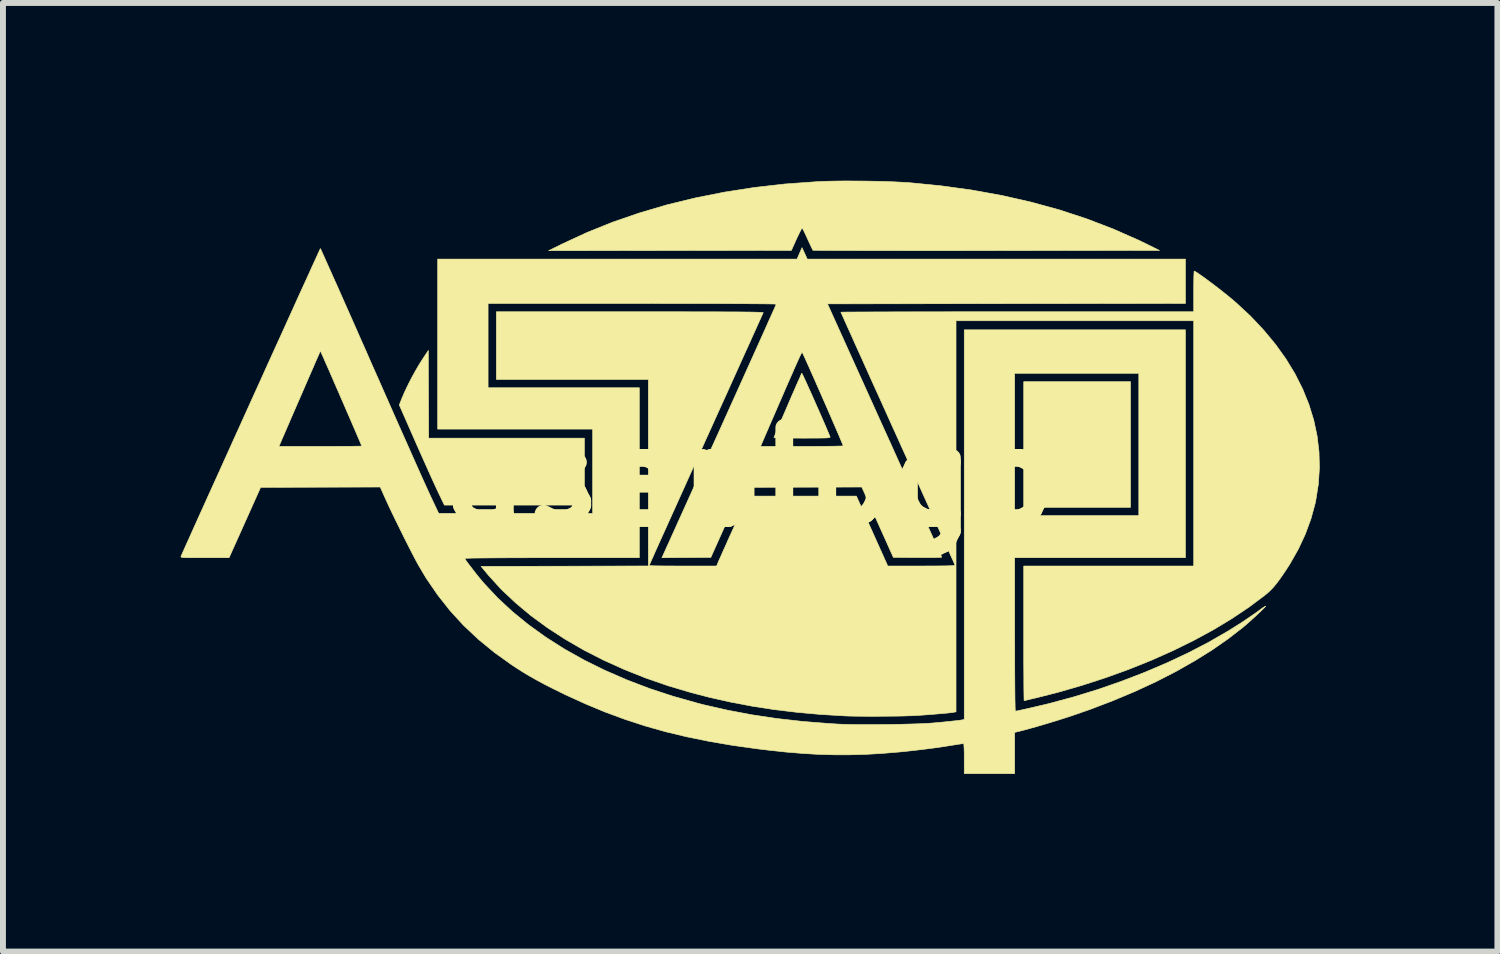
<source format=kicad_pcb>
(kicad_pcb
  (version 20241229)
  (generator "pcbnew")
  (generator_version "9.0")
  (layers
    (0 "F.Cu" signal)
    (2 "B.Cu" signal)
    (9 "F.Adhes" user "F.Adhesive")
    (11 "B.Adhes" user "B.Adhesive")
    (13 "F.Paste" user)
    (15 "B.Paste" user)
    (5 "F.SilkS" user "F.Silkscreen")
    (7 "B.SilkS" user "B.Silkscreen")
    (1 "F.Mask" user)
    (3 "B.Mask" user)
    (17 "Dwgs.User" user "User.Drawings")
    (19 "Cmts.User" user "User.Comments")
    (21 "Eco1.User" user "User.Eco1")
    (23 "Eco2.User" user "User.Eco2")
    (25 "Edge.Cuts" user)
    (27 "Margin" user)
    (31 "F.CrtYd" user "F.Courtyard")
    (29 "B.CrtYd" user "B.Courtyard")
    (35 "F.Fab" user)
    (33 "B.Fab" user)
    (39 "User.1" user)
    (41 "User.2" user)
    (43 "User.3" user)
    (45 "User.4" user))
  (footprint "asaplogo"
    (layer "F.Cu")
    (at 9.61 5.007)
    (property "Reference" "asaplogo" (at 0 0 0) (layer "F.SilkS") (effects (font (size 1.524 1.524) (thickness 0.3))))
    (attr through_hole)
    (fp_poly (pts (xy 6.426 0.508) (xy 4.623 0.508) (xy 4.623 -1.613) (xy 6.426 -1.613) (xy 6.426 0.508)) (stroke (width 0.01) (type solid)) (fill yes) (layer "F.SilkS"))
    (fp_poly (pts (xy -5.423 -0.66) (xy -2.794 -0.66) (xy -2.794 0.47) (xy -5.158 0.47) (xy -5.257 0.264) (xy -5.282 0.211) (xy -5.315 0.139) (xy -5.356 0.05) (xy -5.403 -0.054) (xy -5.454 -0.168) (xy -5.509 -0.29) (xy -5.565 -0.416) (xy -5.622 -0.544) (xy -5.638 -0.581) (xy -5.919 -1.22) (xy -5.873 -1.337) (xy -5.831 -1.434) (xy -5.779 -1.545) (xy -5.719 -1.663) (xy -5.655 -1.78) (xy -5.592 -1.889) (xy -5.532 -1.985) (xy -5.53 -1.988) (xy -5.429 -2.14) (xy -5.423 -0.66)) (stroke (width 0.01) (type solid)) (fill yes) (layer "F.SilkS"))
    (fp_poly (pts (xy 0.882 -1.746) (xy 0.897 -1.716) (xy 0.92 -1.668) (xy 0.949 -1.605) (xy 0.983 -1.529) (xy 1.022 -1.444) (xy 1.063 -1.352) (xy 1.105 -1.256) (xy 1.149 -1.158) (xy 1.191 -1.062) (xy 1.231 -0.97) (xy 1.268 -0.885) (xy 1.3 -0.81) (xy 1.327 -0.747) (xy 1.347 -0.698) (xy 1.354 -0.68) (xy 1.354 -0.675) (xy 1.348 -0.671) (xy 1.333 -0.668) (xy 1.308 -0.665) (xy 1.27 -0.663) (xy 1.217 -0.662) (xy 1.147 -0.661) (xy 1.056 -0.661) (xy 0.944 -0.66) (xy 0.884 -0.66) (xy 0.777 -0.661) (xy 0.678 -0.661) (xy 0.59 -0.662) (xy 0.516 -0.664) (xy 0.459 -0.665) (xy 0.422 -0.667) (xy 0.407 -0.669) (xy 0.406 -0.669) (xy 0.411 -0.683) (xy 0.425 -0.717) (xy 0.447 -0.768) (xy 0.475 -0.834) (xy 0.508 -0.912) (xy 0.546 -1) (xy 0.586 -1.093) (xy 0.628 -1.19) (xy 0.67 -1.288) (xy 0.711 -1.384) (xy 0.751 -1.474) (xy 0.787 -1.557) (xy 0.819 -1.629) (xy 0.845 -1.687) (xy 0.863 -1.73) (xy 0.874 -1.753) (xy 0.876 -1.756) (xy 0.882 -1.746)) (stroke (width 0.01) (type solid)) (fill yes) (layer "F.SilkS"))
    (fp_poly (pts (xy 1.77 -5.001) (xy 1.942 -5) (xy 2.113 -4.997) (xy 2.279 -4.993) (xy 2.435 -4.987) (xy 2.575 -4.98) (xy 2.692 -4.973) (xy 3.229 -4.92) (xy 3.751 -4.848) (xy 4.259 -4.756) (xy 4.751 -4.644) (xy 5.229 -4.513) (xy 5.691 -4.361) (xy 6.137 -4.19) (xy 6.567 -4) (xy 6.693 -3.939) (xy 6.915 -3.829) (xy 3.995 -3.826) (xy 3.724 -3.826) (xy 3.46 -3.825) (xy 3.204 -3.825) (xy 2.957 -3.825) (xy 2.72 -3.825) (xy 2.494 -3.826) (xy 2.28 -3.826) (xy 2.08 -3.826) (xy 1.895 -3.826) (xy 1.725 -3.827) (xy 1.572 -3.827) (xy 1.437 -3.828) (xy 1.321 -3.829) (xy 1.225 -3.829) (xy 1.151 -3.83) (xy 1.099 -3.831) (xy 1.07 -3.832) (xy 1.065 -3.832) (xy 1.057 -3.847) (xy 1.04 -3.88) (xy 1.018 -3.928) (xy 0.99 -3.987) (xy 0.974 -4.023) (xy 0.945 -4.086) (xy 0.92 -4.139) (xy 0.899 -4.18) (xy 0.886 -4.203) (xy 0.882 -4.208) (xy 0.874 -4.197) (xy 0.858 -4.168) (xy 0.835 -4.123) (xy 0.807 -4.065) (xy 0.786 -4.02) (xy 0.7 -3.829) (xy -3.397 -3.825) (xy -3.169 -3.938) (xy -2.752 -4.131) (xy -2.318 -4.306) (xy -1.868 -4.461) (xy -1.403 -4.598) (xy -0.924 -4.715) (xy -0.431 -4.813) (xy 0.075 -4.892) (xy 0.593 -4.951) (xy 1.123 -4.989) (xy 1.181 -4.992) (xy 1.304 -4.997) (xy 1.446 -5) (xy 1.603 -5.002) (xy 1.77 -5.001)) (stroke (width 0.01) (type solid)) (fill yes) (layer "F.SilkS"))
    (fp_poly (pts (xy 7.519 -3.472) (xy 7.554 -3.451) (xy 7.603 -3.417) (xy 7.664 -3.374) (xy 7.733 -3.323) (xy 7.808 -3.267) (xy 7.887 -3.207) (xy 7.966 -3.145) (xy 8.042 -3.085) (xy 8.114 -3.026) (xy 8.177 -2.973) (xy 8.207 -2.947) (xy 8.453 -2.719) (xy 8.675 -2.483) (xy 8.875 -2.242) (xy 9.051 -1.996) (xy 9.204 -1.744) (xy 9.333 -1.488) (xy 9.438 -1.228) (xy 9.519 -0.965) (xy 9.576 -0.699) (xy 9.608 -0.43) (xy 9.615 -0.16) (xy 9.598 0.111) (xy 9.555 0.383) (xy 9.543 0.443) (xy 9.472 0.703) (xy 9.377 0.961) (xy 9.258 1.216) (xy 9.116 1.466) (xy 9.056 1.559) (xy 8.988 1.66) (xy 8.93 1.742) (xy 8.878 1.81) (xy 8.829 1.867) (xy 8.781 1.916) (xy 8.731 1.962) (xy 8.698 1.989) (xy 8.431 2.189) (xy 8.141 2.384) (xy 7.83 2.572) (xy 7.499 2.752) (xy 7.15 2.924) (xy 6.785 3.087) (xy 6.405 3.24) (xy 6.013 3.382) (xy 5.61 3.513) (xy 5.198 3.632) (xy 4.895 3.709) (xy 4.818 3.728) (xy 4.749 3.744) (xy 4.693 3.758) (xy 4.652 3.767) (xy 4.632 3.772) (xy 4.63 3.772) (xy 4.629 3.759) (xy 4.628 3.723) (xy 4.627 3.666) (xy 4.626 3.588) (xy 4.625 3.492) (xy 4.625 3.379) (xy 4.624 3.252) (xy 4.623 3.112) (xy 4.623 2.962) (xy 4.623 2.801) (xy 4.623 2.635) (xy 4.623 1.499) (xy 7.493 1.499) (xy 7.493 -2.642) (xy 3.48 -2.642) (xy 3.48 3.96) (xy 3.445 3.967) (xy 3.411 3.973) (xy 3.357 3.979) (xy 3.285 3.986) (xy 3.201 3.993) (xy 3.107 4.001) (xy 3.009 4.009) (xy 2.911 4.016) (xy 2.816 4.022) (xy 2.75 4.026) (xy 2.679 4.028) (xy 2.589 4.031) (xy 2.483 4.033) (xy 2.366 4.034) (xy 2.242 4.035) (xy 2.116 4.036) (xy 1.993 4.036) (xy 1.877 4.035) (xy 1.773 4.034) (xy 1.685 4.032) (xy 1.619 4.03) (xy 1.199 4.005) (xy 0.798 3.969) (xy 0.414 3.923) (xy 0.042 3.866) (xy -0.322 3.797) (xy -0.682 3.716) (xy -0.988 3.637) (xy -1.379 3.521) (xy -1.758 3.39) (xy -2.122 3.245) (xy -2.472 3.087) (xy -2.805 2.917) (xy -3.121 2.734) (xy -3.419 2.54) (xy -3.698 2.336) (xy -3.955 2.121) (xy -4.192 1.898) (xy -4.405 1.665) (xy -4.438 1.626) (xy -4.538 1.505) (xy -3.126 1.502) (xy -1.714 1.498) (xy -1.714 -1.651) (xy -4.28 -1.651) (xy -4.28 -2.794) (xy -2.024 -2.794) (xy -1.734 -2.794) (xy -1.468 -2.794) (xy -1.226 -2.794) (xy -1.006 -2.793) (xy -0.808 -2.793) (xy -0.63 -2.793) (xy -0.473 -2.792) (xy -0.334 -2.791) (xy -0.213 -2.791) (xy -0.109 -2.79) (xy -0.021 -2.789) (xy 0.052 -2.788) (xy 0.111 -2.786) (xy 0.156 -2.785) (xy 0.189 -2.783) (xy 0.211 -2.782) (xy 0.223 -2.78) (xy 0.225 -2.778) (xy 0.219 -2.765) (xy 0.203 -2.73) (xy 0.178 -2.674) (xy 0.144 -2.599) (xy 0.102 -2.505) (xy 0.051 -2.393) (xy -0.006 -2.265) (xy -0.071 -2.123) (xy -0.142 -1.966) (xy -0.218 -1.797) (xy -0.3 -1.616) (xy -0.386 -1.424) (xy -0.477 -1.224) (xy -0.572 -1.015) (xy -0.669 -0.799) (xy -0.742 -0.639) (xy -0.841 -0.419) (xy -0.938 -0.205) (xy -1.031 0.001) (xy -1.12 0.199) (xy -1.205 0.387) (xy -1.285 0.565) (xy -1.36 0.73) (xy -1.428 0.882) (xy -1.491 1.02) (xy -1.546 1.143) (xy -1.594 1.249) (xy -1.633 1.338) (xy -1.664 1.407) (xy -1.686 1.457) (xy -1.699 1.485) (xy -1.702 1.492) (xy -1.69 1.493) (xy -1.654 1.494) (xy -1.599 1.496) (xy -1.526 1.497) (xy -1.437 1.498) (xy -1.336 1.498) (xy -1.225 1.499) (xy -1.132 1.499) (xy -0.562 1.499) (xy -0.537 1.438) (xy -0.527 1.414) (xy -0.507 1.37) (xy -0.479 1.308) (xy -0.445 1.23) (xy -0.404 1.14) (xy -0.36 1.04) (xy -0.311 0.933) (xy -0.273 0.848) (xy -0.035 0.318) (xy 1.798 0.318) (xy 2.328 1.499) (xy 2.899 1.499) (xy 3.039 1.498) (xy 3.156 1.498) (xy 3.25 1.497) (xy 3.325 1.496) (xy 3.382 1.494) (xy 3.422 1.492) (xy 3.448 1.49) (xy 3.461 1.486) (xy 3.463 1.483) (xy 3.457 1.47) (xy 3.442 1.435) (xy 3.417 1.379) (xy 3.382 1.303) (xy 3.34 1.209) (xy 3.29 1.098) (xy 3.232 0.97) (xy 3.167 0.827) (xy 3.097 0.671) (xy 3.02 0.501) (xy 2.938 0.32) (xy 2.852 0.129) (xy 2.761 -0.072) (xy 2.667 -0.28) (xy 2.569 -0.496) (xy 2.497 -0.656) (xy 2.397 -0.876) (xy 2.301 -1.09) (xy 2.208 -1.296) (xy 2.118 -1.494) (xy 2.033 -1.682) (xy 1.953 -1.86) (xy 1.879 -2.025) (xy 1.81 -2.177) (xy 1.748 -2.315) (xy 1.693 -2.438) (xy 1.645 -2.544) (xy 1.605 -2.633) (xy 1.574 -2.702) (xy 1.552 -2.752) (xy 1.539 -2.78) (xy 1.537 -2.787) (xy 1.549 -2.787) (xy 1.586 -2.788) (xy 1.646 -2.789) (xy 1.728 -2.789) (xy 1.831 -2.79) (xy 1.954 -2.79) (xy 2.096 -2.791) (xy 2.255 -2.791) (xy 2.43 -2.792) (xy 2.622 -2.792) (xy 2.827 -2.793) (xy 3.046 -2.793) (xy 3.276 -2.793) (xy 3.518 -2.794) (xy 3.77 -2.794) (xy 4.03 -2.794) (xy 4.298 -2.794) (xy 4.515 -2.794) (xy 7.493 -2.794) (xy 7.493 -3.137) (xy 7.493 -3.227) (xy 7.494 -3.309) (xy 7.495 -3.378) (xy 7.497 -3.432) (xy 7.499 -3.467) (xy 7.501 -3.48) (xy 7.501 -3.48) (xy 7.519 -3.472)) (stroke (width 0.01) (type solid)) (fill yes) (layer "F.SilkS"))
    (fp_poly (pts (xy 0.969 -3.683) (xy 7.353 -3.683) (xy 7.353 -2.934) (xy 4.332 -2.931) (xy 1.31 -2.927) (xy 2.274 -0.794) (xy 2.374 -0.574) (xy 2.471 -0.359) (xy 2.564 -0.152) (xy 2.654 0.046) (xy 2.739 0.235) (xy 2.819 0.413) (xy 2.894 0.579) (xy 2.963 0.732) (xy 3.025 0.871) (xy 3.081 0.995) (xy 3.129 1.102) (xy 3.169 1.191) (xy 3.2 1.262) (xy 3.223 1.312) (xy 3.235 1.342) (xy 3.239 1.349) (xy 3.226 1.352) (xy 3.192 1.353) (xy 3.138 1.355) (xy 3.067 1.356) (xy 2.983 1.356) (xy 2.889 1.356) (xy 2.83 1.356) (xy 2.422 1.353) (xy 1.889 0.165) (xy -0.129 0.171) (xy -0.659 1.353) (xy -1.072 1.356) (xy -1.485 1.359) (xy -1.455 1.292) (xy -1.447 1.274) (xy -1.428 1.233) (xy -1.401 1.172) (xy -1.364 1.092) (xy -1.32 0.993) (xy -1.267 0.877) (xy -1.208 0.745) (xy -1.141 0.598) (xy -1.069 0.438) (xy -0.991 0.265) (xy -0.908 0.082) (xy -0.821 -0.111) (xy -0.729 -0.313) (xy -0.636 -0.521) (xy 0.18 -0.521) (xy 0.877 -0.521) (xy 1.008 -0.521) (xy 1.13 -0.521) (xy 1.243 -0.522) (xy 1.342 -0.523) (xy 1.427 -0.524) (xy 1.495 -0.526) (xy 1.543 -0.527) (xy 1.57 -0.529) (xy 1.575 -0.53) (xy 1.57 -0.545) (xy 1.556 -0.58) (xy 1.533 -0.634) (xy 1.504 -0.704) (xy 1.468 -0.787) (xy 1.427 -0.882) (xy 1.382 -0.986) (xy 1.334 -1.097) (xy 1.284 -1.212) (xy 1.232 -1.329) (xy 1.181 -1.446) (xy 1.13 -1.561) (xy 1.082 -1.671) (xy 1.036 -1.773) (xy 0.995 -1.867) (xy 0.958 -1.948) (xy 0.928 -2.015) (xy 0.904 -2.066) (xy 0.889 -2.098) (xy 0.883 -2.109) (xy 0.879 -2.107) (xy 0.873 -2.098) (xy 0.864 -2.081) (xy 0.851 -2.056) (xy 0.834 -2.02) (xy 0.812 -1.972) (xy 0.785 -1.912) (xy 0.752 -1.838) (xy 0.713 -1.748) (xy 0.666 -1.642) (xy 0.612 -1.519) (xy 0.551 -1.377) (xy 0.48 -1.215) (xy 0.401 -1.031) (xy 0.343 -0.899) (xy 0.18 -0.521) (xy -0.636 -0.521) (xy -0.635 -0.522) (xy -0.537 -0.738) (xy -0.49 -0.842) (xy -0.392 -1.059) (xy -0.297 -1.27) (xy -0.205 -1.474) (xy -0.117 -1.669) (xy -0.034 -1.854) (xy 0.045 -2.029) (xy 0.118 -2.191) (xy 0.185 -2.34) (xy 0.246 -2.475) (xy 0.299 -2.595) (xy 0.345 -2.697) (xy 0.383 -2.782) (xy 0.413 -2.848) (xy 0.433 -2.894) (xy 0.443 -2.918) (xy 0.445 -2.922) (xy 0.432 -2.923) (xy 0.395 -2.925) (xy 0.333 -2.926) (xy 0.248 -2.927) (xy 0.141 -2.928) (xy 0.011 -2.929) (xy -0.14 -2.93) (xy -0.311 -2.931) (xy -0.503 -2.932) (xy -0.714 -2.932) (xy -0.944 -2.933) (xy -1.192 -2.933) (xy -1.457 -2.933) (xy -1.739 -2.934) (xy -1.988 -2.934) (xy -4.42 -2.934) (xy -4.42 -1.511) (xy -1.867 -1.511) (xy -1.867 1.359) (xy -3.34 1.359) (xy -3.541 1.359) (xy -3.733 1.359) (xy -3.913 1.36) (xy -4.082 1.36) (xy -4.236 1.361) (xy -4.375 1.362) (xy -4.498 1.363) (xy -4.602 1.364) (xy -4.688 1.365) (xy -4.752 1.367) (xy -4.794 1.368) (xy -4.813 1.37) (xy -4.813 1.37) (xy -4.806 1.385) (xy -4.785 1.417) (xy -4.753 1.461) (xy -4.712 1.514) (xy -4.667 1.573) (xy -4.618 1.635) (xy -4.569 1.696) (xy -4.522 1.752) (xy -4.489 1.791) (xy -4.261 2.035) (xy -4.01 2.268) (xy -3.738 2.49) (xy -3.445 2.701) (xy -3.132 2.9) (xy -2.8 3.086) (xy -2.45 3.259) (xy -2.082 3.419) (xy -1.698 3.566) (xy -1.299 3.697) (xy -0.885 3.814) (xy -0.781 3.841) (xy -0.376 3.933) (xy 0.036 4.011) (xy 0.459 4.074) (xy 0.895 4.123) (xy 1.349 4.159) (xy 1.484 4.167) (xy 1.581 4.171) (xy 1.697 4.174) (xy 1.829 4.176) (xy 1.972 4.176) (xy 2.123 4.176) (xy 2.278 4.175) (xy 2.432 4.173) (xy 2.583 4.17) (xy 2.725 4.166) (xy 2.855 4.162) (xy 2.969 4.157) (xy 3.064 4.151) (xy 3.099 4.148) (xy 3.223 4.137) (xy 3.333 4.126) (xy 3.427 4.116) (xy 3.503 4.108) (xy 3.559 4.101) (xy 3.591 4.095) (xy 3.619 4.089) (xy 3.619 -1.753) (xy 4.47 -1.753) (xy 4.47 0.648) (xy 6.566 0.648) (xy 6.566 -1.753) (xy 4.47 -1.753) (xy 3.619 -1.753) (xy 3.619 -2.489) (xy 7.353 -2.489) (xy 7.353 1.359) (xy 4.47 1.359) (xy 4.47 2.654) (xy 4.471 2.852) (xy 4.471 3.038) (xy 4.471 3.211) (xy 4.472 3.368) (xy 4.473 3.51) (xy 4.474 3.634) (xy 4.475 3.739) (xy 4.477 3.825) (xy 4.478 3.889) (xy 4.48 3.931) (xy 4.481 3.949) (xy 4.482 3.95) (xy 4.5 3.947) (xy 4.538 3.939) (xy 4.593 3.927) (xy 4.661 3.912) (xy 4.737 3.895) (xy 4.818 3.876) (xy 4.899 3.857) (xy 4.977 3.839) (xy 5.046 3.822) (xy 5.072 3.815) (xy 5.479 3.705) (xy 5.882 3.581) (xy 6.278 3.443) (xy 6.665 3.294) (xy 7.04 3.134) (xy 7.4 2.965) (xy 7.743 2.787) (xy 8.066 2.601) (xy 8.297 2.456) (xy 8.369 2.408) (xy 8.442 2.358) (xy 8.511 2.311) (xy 8.568 2.271) (xy 8.6 2.247) (xy 8.643 2.215) (xy 8.679 2.191) (xy 8.702 2.178) (xy 8.708 2.176) (xy 8.701 2.186) (xy 8.678 2.21) (xy 8.643 2.245) (xy 8.598 2.288) (xy 8.546 2.337) (xy 8.491 2.387) (xy 8.436 2.437) (xy 8.384 2.483) (xy 8.337 2.523) (xy 8.334 2.526) (xy 8.082 2.722) (xy 7.807 2.914) (xy 7.51 3.099) (xy 7.193 3.279) (xy 6.856 3.452) (xy 6.501 3.616) (xy 6.13 3.772) (xy 5.745 3.919) (xy 5.474 4.013) (xy 5.323 4.063) (xy 5.165 4.113) (xy 5.007 4.161) (xy 4.854 4.206) (xy 4.711 4.246) (xy 4.585 4.28) (xy 4.556 4.287) (xy 4.47 4.308) (xy 4.47 5.004) (xy 3.619 5.004) (xy 3.619 4.75) (xy 3.619 4.661) (xy 3.617 4.589) (xy 3.614 4.536) (xy 3.611 4.504) (xy 3.607 4.496) (xy 3.591 4.498) (xy 3.554 4.503) (xy 3.502 4.511) (xy 3.438 4.521) (xy 3.401 4.527) (xy 3.255 4.55) (xy 3.092 4.573) (xy 2.92 4.595) (xy 2.748 4.615) (xy 2.583 4.633) (xy 2.496 4.641) (xy 2.215 4.664) (xy 1.946 4.679) (xy 1.684 4.686) (xy 1.425 4.686) (xy 1.163 4.679) (xy 0.894 4.663) (xy 0.613 4.64) (xy 0.317 4.608) (xy 0.117 4.584) (xy -0.296 4.526) (xy -0.688 4.459) (xy -1.062 4.383) (xy -1.421 4.297) (xy -1.768 4.199) (xy -2.108 4.088) (xy -2.442 3.965) (xy -2.774 3.827) (xy -3.108 3.675) (xy -3.181 3.639) (xy -3.336 3.563) (xy -3.473 3.493) (xy -3.595 3.427) (xy -3.709 3.363) (xy -3.818 3.298) (xy -3.927 3.229) (xy -4.02 3.168) (xy -4.311 2.96) (xy -4.582 2.738) (xy -4.832 2.503) (xy -5.062 2.252) (xy -5.272 1.986) (xy -5.465 1.704) (xy -5.597 1.482) (xy -5.636 1.41) (xy -5.683 1.32) (xy -5.738 1.214) (xy -5.797 1.098) (xy -5.859 0.974) (xy -5.921 0.848) (xy -5.983 0.722) (xy -6.041 0.602) (xy -6.094 0.491) (xy -6.139 0.393) (xy -6.16 0.346) (xy -6.241 0.165) (xy -7.251 0.168) (xy -8.26 0.171) (xy -8.526 0.765) (xy -8.793 1.359) (xy -9.203 1.359) (xy -9.316 1.359) (xy -9.406 1.359) (xy -9.475 1.358) (xy -9.527 1.357) (xy -9.563 1.355) (xy -9.586 1.352) (xy -9.6 1.349) (xy -9.605 1.344) (xy -9.605 1.338) (xy -9.604 1.335) (xy -9.596 1.317) (xy -9.579 1.278) (xy -9.552 1.218) (xy -9.517 1.139) (xy -9.473 1.043) (xy -9.423 0.93) (xy -9.365 0.802) (xy -9.301 0.659) (xy -9.231 0.505) (xy -9.156 0.338) (xy -9.076 0.162) (xy -8.992 -0.023) (xy -8.905 -0.216) (xy -8.815 -0.415) (xy -8.767 -0.521) (xy -7.951 -0.521) (xy -7.252 -0.521) (xy -7.121 -0.521) (xy -6.999 -0.521) (xy -6.886 -0.522) (xy -6.786 -0.522) (xy -6.701 -0.523) (xy -6.633 -0.524) (xy -6.585 -0.525) (xy -6.558 -0.526) (xy -6.553 -0.527) (xy -6.558 -0.54) (xy -6.572 -0.574) (xy -6.594 -0.626) (xy -6.624 -0.695) (xy -6.659 -0.777) (xy -6.7 -0.872) (xy -6.745 -0.976) (xy -6.793 -1.086) (xy -6.843 -1.202) (xy -6.894 -1.319) (xy -6.945 -1.437) (xy -6.996 -1.553) (xy -7.044 -1.664) (xy -7.089 -1.768) (xy -7.131 -1.863) (xy -7.168 -1.946) (xy -7.198 -2.016) (xy -7.222 -2.069) (xy -7.238 -2.104) (xy -7.244 -2.118) (xy -7.244 -2.118) (xy -7.256 -2.12) (xy -7.256 -2.12) (xy -7.262 -2.108) (xy -7.276 -2.075) (xy -7.299 -2.023) (xy -7.329 -1.956) (xy -7.364 -1.874) (xy -7.405 -1.78) (xy -7.45 -1.677) (xy -7.498 -1.567) (xy -7.547 -1.453) (xy -7.598 -1.336) (xy -7.649 -1.219) (xy -7.699 -1.104) (xy -7.747 -0.994) (xy -7.791 -0.891) (xy -7.832 -0.797) (xy -7.867 -0.715) (xy -7.897 -0.647) (xy -7.919 -0.594) (xy -7.933 -0.562) (xy -7.951 -0.521) (xy -8.767 -0.521) (xy -8.723 -0.62) (xy -8.628 -0.828) (xy -8.533 -1.039) (xy -8.437 -1.251) (xy -8.341 -1.463) (xy -8.245 -1.674) (xy -8.151 -1.883) (xy -8.058 -2.088) (xy -7.967 -2.288) (xy -7.879 -2.481) (xy -7.795 -2.667) (xy -7.714 -2.845) (xy -7.639 -3.012) (xy -7.568 -3.168) (xy -7.502 -3.311) (xy -7.443 -3.441) (xy -7.391 -3.556) (xy -7.346 -3.654) (xy -7.309 -3.735) (xy -7.281 -3.797) (xy -7.262 -3.838) (xy -7.252 -3.859) (xy -7.251 -3.86) (xy -7.245 -3.849) (xy -7.23 -3.816) (xy -7.205 -3.761) (xy -7.172 -3.687) (xy -7.131 -3.595) (xy -7.082 -3.486) (xy -7.026 -3.36) (xy -6.963 -3.22) (xy -6.895 -3.066) (xy -6.821 -2.899) (xy -6.742 -2.722) (xy -6.659 -2.534) (xy -6.573 -2.338) (xy -6.482 -2.134) (xy -6.39 -1.923) (xy -6.389 -1.921) (xy -6.293 -1.705) (xy -6.199 -1.492) (xy -6.107 -1.284) (xy -6.018 -1.082) (xy -5.932 -0.888) (xy -5.849 -0.702) (xy -5.771 -0.527) (xy -5.699 -0.364) (xy -5.632 -0.214) (xy -5.572 -0.079) (xy -5.519 0.039) (xy -5.473 0.14) (xy -5.436 0.222) (xy -5.408 0.283) (xy -5.394 0.314) (xy -5.254 0.61) (xy -3.954 0.61) (xy -2.654 0.61) (xy -2.654 -0.813) (xy -5.271 -0.813) (xy -5.271 -3.683) (xy -2.237 -3.683) (xy 0.796 -3.683) (xy 0.838 -3.78) (xy 0.88 -3.876) (xy 0.969 -3.683)) (stroke (width 0.01) (type solid)) (fill yes) (layer "F.SilkS")))
  (gr_rect
    (start -3 -3)
    (end 22.23 13.015)
    (stroke (width 0.1) (type default))
    (fill no)
    (layer "Edge.Cuts")))
</source>
